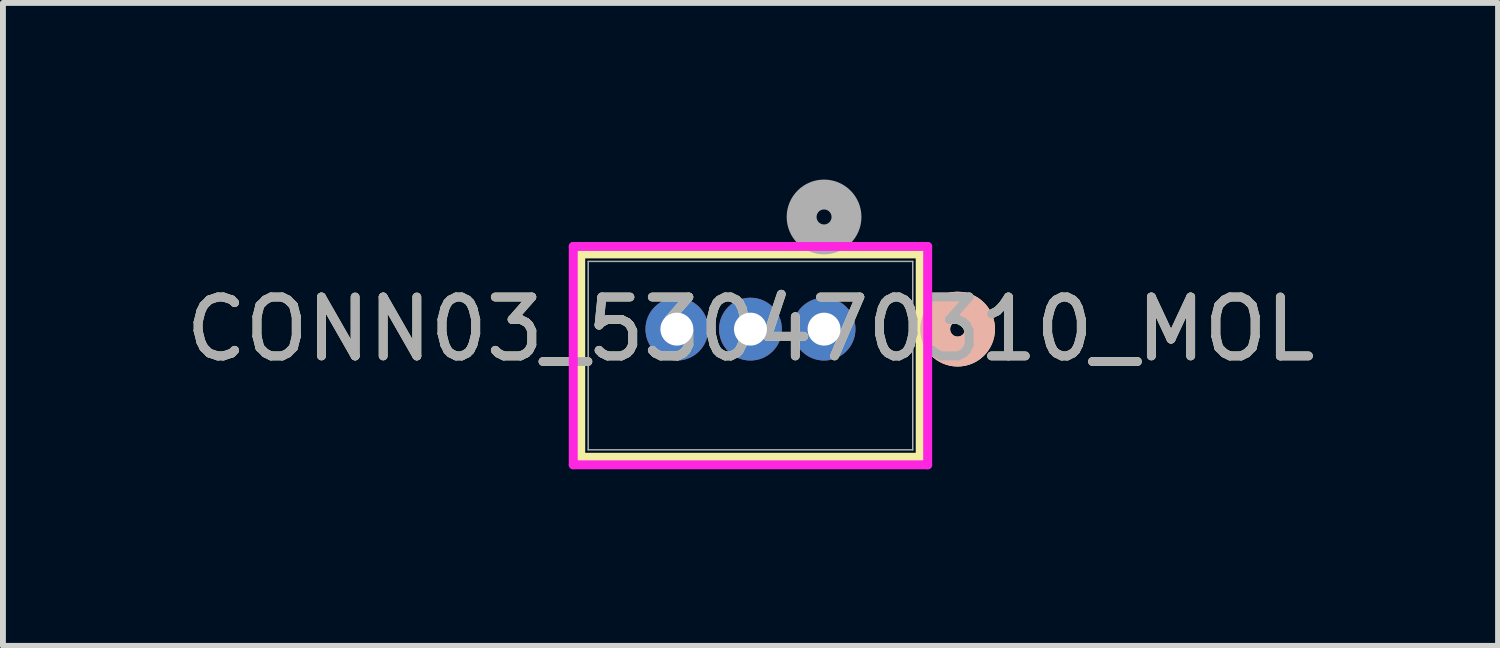
<source format=kicad_pcb>
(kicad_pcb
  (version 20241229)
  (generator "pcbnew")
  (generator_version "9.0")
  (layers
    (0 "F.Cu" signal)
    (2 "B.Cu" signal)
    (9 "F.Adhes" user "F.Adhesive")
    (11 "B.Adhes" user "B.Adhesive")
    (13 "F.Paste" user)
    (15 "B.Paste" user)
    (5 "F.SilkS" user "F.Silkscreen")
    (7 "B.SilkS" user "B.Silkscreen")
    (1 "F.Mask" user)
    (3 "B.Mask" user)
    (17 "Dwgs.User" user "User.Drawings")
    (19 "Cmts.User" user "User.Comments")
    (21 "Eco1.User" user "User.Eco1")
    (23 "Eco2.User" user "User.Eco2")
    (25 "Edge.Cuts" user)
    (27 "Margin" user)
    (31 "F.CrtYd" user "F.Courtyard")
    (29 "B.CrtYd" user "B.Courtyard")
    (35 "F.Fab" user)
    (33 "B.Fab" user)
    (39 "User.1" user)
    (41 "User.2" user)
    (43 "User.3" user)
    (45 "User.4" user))
  (footprint "CONN03_530470310_MOL"
    (layer "F.Cu")
    (at 10.946 2.54)
    (property "Reference" "CONN03_530470310_MOL" (at -1.25 0 0) (unlocked yes) (layer "F.SilkS") (effects (font (size 1 1) (thickness 0.15))))
    (attr through_hole)
    (fp_line (start -4.133 -1.277) (end -4.133 2.177) (stroke (width 0.152) (type solid)) (layer "F.SilkS"))
    (fp_line (start -4.133 2.177) (end 1.633 2.177) (stroke (width 0.152) (type solid)) (layer "F.SilkS"))
    (fp_line (start 1.633 -1.277) (end -4.133 -1.277) (stroke (width 0.152) (type solid)) (layer "F.SilkS"))
    (fp_line (start 1.633 2.177) (end 1.633 -1.277) (stroke (width 0.152) (type solid)) (layer "F.SilkS"))
    (fp_circle (center 2.268 0) (end 2.649 0) (stroke (width 0.508) (type solid)) (fill no) (layer "F.SilkS"))
    (fp_circle (center 2.268 0) (end 2.649 0) (stroke (width 0.508) (type solid)) (fill no) (layer "B.SilkS"))
    (fp_line (start -4.26 -1.404) (end -4.26 2.304) (stroke (width 0.152) (type solid)) (layer "F.CrtYd"))
    (fp_line (start -4.26 2.304) (end 1.76 2.304) (stroke (width 0.152) (type solid)) (layer "F.CrtYd"))
    (fp_line (start 1.76 -1.404) (end -4.26 -1.404) (stroke (width 0.152) (type solid)) (layer "F.CrtYd"))
    (fp_line (start 1.76 2.304) (end 1.76 -1.404) (stroke (width 0.152) (type solid)) (layer "F.CrtYd"))
    (fp_line (start -4.006 -1.15) (end -4.006 2.05) (stroke (width 0.025) (type solid)) (layer "F.Fab"))
    (fp_line (start -4.006 2.05) (end 1.506 2.05) (stroke (width 0.025) (type solid)) (layer "F.Fab"))
    (fp_line (start 1.506 -1.15) (end -4.006 -1.15) (stroke (width 0.025) (type solid)) (layer "F.Fab"))
    (fp_line (start 1.506 2.05) (end 1.506 -1.15) (stroke (width 0.025) (type solid)) (layer "F.Fab"))
    (fp_circle (center 0 -1.905) (end 0.381 -1.905) (stroke (width 0.508) (type solid)) (fill no) (layer "F.Fab"))
    (fp_text user "${REFERENCE}" (at -1.25 0 0) (unlocked yes) (layer "F.Fab") (effects (font (size 1 1) (thickness 0.15))))
    (pad "1" thru_hole circle (at 0 0) (size 1.067 1.067) (drill 0.559) (layers "*.Cu" "*.Mask"))
    (pad "2" thru_hole circle (at -1.25 0) (size 1.067 1.067) (drill 0.559) (layers "*.Cu" "*.Mask"))
    (pad "3" thru_hole circle (at -2.5 0) (size 1.067 1.067) (drill 0.559) (layers "*.Cu" "*.Mask")))
  (gr_rect
    (start -3 -3)
    (end 22.393 7.92)
    (stroke (width 0.1) (type default))
    (fill no)
    (layer "Edge.Cuts")))
</source>
